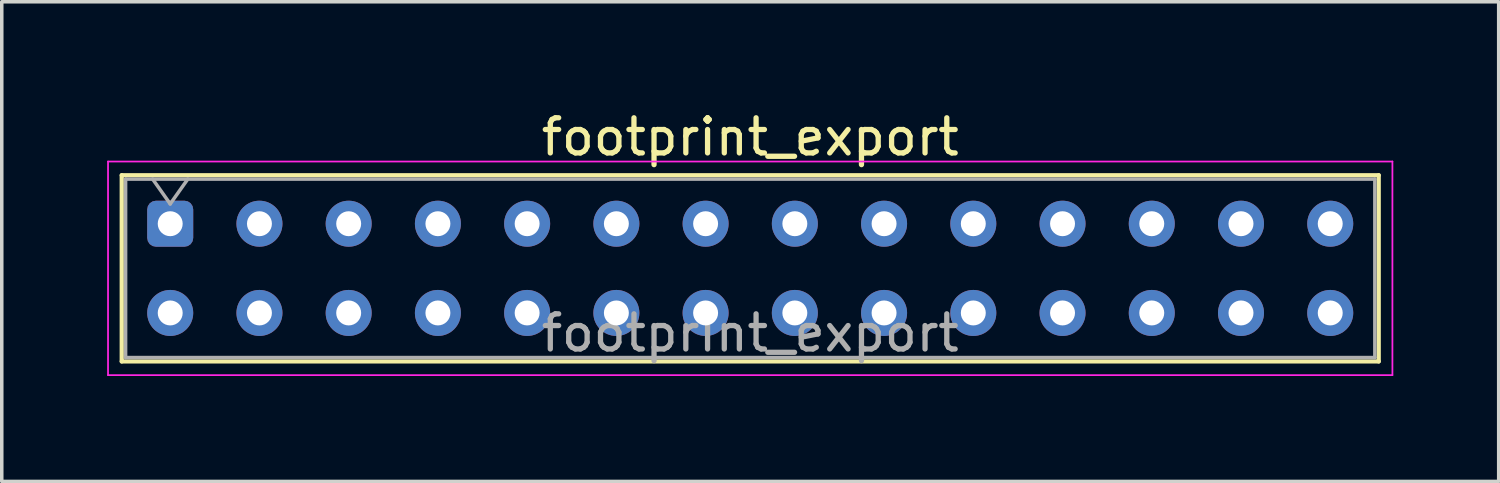
<source format=kicad_pcb>
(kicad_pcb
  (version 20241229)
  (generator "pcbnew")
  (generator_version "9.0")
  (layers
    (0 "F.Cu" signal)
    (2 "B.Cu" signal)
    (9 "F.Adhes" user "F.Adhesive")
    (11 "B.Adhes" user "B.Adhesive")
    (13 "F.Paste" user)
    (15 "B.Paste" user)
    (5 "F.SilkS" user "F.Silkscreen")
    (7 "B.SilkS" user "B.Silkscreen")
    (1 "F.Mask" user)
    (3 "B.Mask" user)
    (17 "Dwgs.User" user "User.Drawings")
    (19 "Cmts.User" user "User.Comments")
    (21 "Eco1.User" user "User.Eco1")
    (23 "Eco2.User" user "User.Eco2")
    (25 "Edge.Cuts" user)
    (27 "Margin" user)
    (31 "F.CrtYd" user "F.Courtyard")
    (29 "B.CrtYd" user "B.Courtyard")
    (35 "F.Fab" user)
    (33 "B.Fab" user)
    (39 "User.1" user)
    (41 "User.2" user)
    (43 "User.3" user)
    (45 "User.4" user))
  (footprint "footprint_export"
    (layer "F.Cu")
    (at 1.795 3.318)
    (property "Reference" "footprint_export" (at 16.51 -2.47 0) (layer "F.SilkS") (effects (font (size 1 1) (thickness 0.15))))
    (attr through_hole)
    (fp_line (start -1.38 -1.38) (end 34.4 -1.38) (stroke (width 0.12) (type solid)) (layer "F.SilkS"))
    (fp_line (start -1.38 3.92) (end -1.38 -1.38) (stroke (width 0.12) (type solid)) (layer "F.SilkS"))
    (fp_line (start 34.4 -1.38) (end 34.4 3.92) (stroke (width 0.12) (type solid)) (layer "F.SilkS"))
    (fp_line (start 34.4 3.92) (end -1.38 3.92) (stroke (width 0.12) (type solid)) (layer "F.SilkS"))
    (fp_line (start -1.77 -1.77) (end 34.79 -1.77) (stroke (width 0.05) (type solid)) (layer "F.CrtYd"))
    (fp_line (start -1.77 4.31) (end -1.77 -1.77) (stroke (width 0.05) (type solid)) (layer "F.CrtYd"))
    (fp_line (start 34.79 -1.77) (end 34.79 4.31) (stroke (width 0.05) (type solid)) (layer "F.CrtYd"))
    (fp_line (start 34.79 4.31) (end -1.77 4.31) (stroke (width 0.05) (type solid)) (layer "F.CrtYd"))
    (fp_line (start -1.27 -1.27) (end 34.29 -1.27) (stroke (width 0.1) (type solid)) (layer "F.Fab"))
    (fp_line (start -1.27 3.81) (end -1.27 -1.27) (stroke (width 0.1) (type solid)) (layer "F.Fab"))
    (fp_line (start -0.5 -1.27) (end 0 -0.563) (stroke (width 0.1) (type solid)) (layer "F.Fab"))
    (fp_line (start 0 -0.563) (end 0.5 -1.27) (stroke (width 0.1) (type solid)) (layer "F.Fab"))
    (fp_line (start 34.29 -1.27) (end 34.29 3.81) (stroke (width 0.1) (type solid)) (layer "F.Fab"))
    (fp_line (start 34.29 3.81) (end -1.27 3.81) (stroke (width 0.1) (type solid)) (layer "F.Fab"))
    (fp_text user "${REFERENCE}" (at 16.51 3.11 0) (layer "F.Fab") (effects (font (size 1 1) (thickness 0.15))))
    (pad "1" thru_hole roundrect (at 0 0) (size 1.31 1.31) (drill 0.71) (layers "*.Cu" "*.Mask") (roundrect_rratio 0.191))
    (pad "2" thru_hole circle (at 0 2.54) (size 1.31 1.31) (drill 0.71) (layers "*.Cu" "*.Mask"))
    (pad "3" thru_hole circle (at 2.54 0) (size 1.31 1.31) (drill 0.71) (layers "*.Cu" "*.Mask"))
    (pad "4" thru_hole circle (at 2.54 2.54) (size 1.31 1.31) (drill 0.71) (layers "*.Cu" "*.Mask"))
    (pad "5" thru_hole circle (at 5.08 0) (size 1.31 1.31) (drill 0.71) (layers "*.Cu" "*.Mask"))
    (pad "6" thru_hole circle (at 5.08 2.54) (size 1.31 1.31) (drill 0.71) (layers "*.Cu" "*.Mask"))
    (pad "7" thru_hole circle (at 7.62 0) (size 1.31 1.31) (drill 0.71) (layers "*.Cu" "*.Mask"))
    (pad "8" thru_hole circle (at 7.62 2.54) (size 1.31 1.31) (drill 0.71) (layers "*.Cu" "*.Mask"))
    (pad "9" thru_hole circle (at 10.16 0) (size 1.31 1.31) (drill 0.71) (layers "*.Cu" "*.Mask"))
    (pad "10" thru_hole circle (at 10.16 2.54) (size 1.31 1.31) (drill 0.71) (layers "*.Cu" "*.Mask"))
    (pad "11" thru_hole circle (at 12.7 0) (size 1.31 1.31) (drill 0.71) (layers "*.Cu" "*.Mask"))
    (pad "12" thru_hole circle (at 12.7 2.54) (size 1.31 1.31) (drill 0.71) (layers "*.Cu" "*.Mask"))
    (pad "13" thru_hole circle (at 15.24 0) (size 1.31 1.31) (drill 0.71) (layers "*.Cu" "*.Mask"))
    (pad "14" thru_hole circle (at 15.24 2.54) (size 1.31 1.31) (drill 0.71) (layers "*.Cu" "*.Mask"))
    (pad "15" thru_hole circle (at 17.78 0) (size 1.31 1.31) (drill 0.71) (layers "*.Cu" "*.Mask"))
    (pad "16" thru_hole circle (at 17.78 2.54) (size 1.31 1.31) (drill 0.71) (layers "*.Cu" "*.Mask"))
    (pad "17" thru_hole circle (at 20.32 0) (size 1.31 1.31) (drill 0.71) (layers "*.Cu" "*.Mask"))
    (pad "18" thru_hole circle (at 20.32 2.54) (size 1.31 1.31) (drill 0.71) (layers "*.Cu" "*.Mask"))
    (pad "19" thru_hole circle (at 22.86 0) (size 1.31 1.31) (drill 0.71) (layers "*.Cu" "*.Mask"))
    (pad "20" thru_hole circle (at 22.86 2.54) (size 1.31 1.31) (drill 0.71) (layers "*.Cu" "*.Mask"))
    (pad "21" thru_hole circle (at 25.4 0) (size 1.31 1.31) (drill 0.71) (layers "*.Cu" "*.Mask"))
    (pad "22" thru_hole circle (at 25.4 2.54) (size 1.31 1.31) (drill 0.71) (layers "*.Cu" "*.Mask"))
    (pad "23" thru_hole circle (at 27.94 0) (size 1.31 1.31) (drill 0.71) (layers "*.Cu" "*.Mask"))
    (pad "24" thru_hole circle (at 27.94 2.54) (size 1.31 1.31) (drill 0.71) (layers "*.Cu" "*.Mask"))
    (pad "25" thru_hole circle (at 30.48 0) (size 1.31 1.31) (drill 0.71) (layers "*.Cu" "*.Mask"))
    (pad "26" thru_hole circle (at 30.48 2.54) (size 1.31 1.31) (drill 0.71) (layers "*.Cu" "*.Mask"))
    (pad "27" thru_hole circle (at 33.02 0) (size 1.31 1.31) (drill 0.71) (layers "*.Cu" "*.Mask"))
    (pad "28" thru_hole circle (at 33.02 2.54) (size 1.31 1.31) (drill 0.71) (layers "*.Cu" "*.Mask")))
  (gr_rect
    (start -3 -3)
    (end 39.61 10.653)
    (stroke (width 0.1) (type default))
    (fill no)
    (layer "Edge.Cuts")))
</source>
